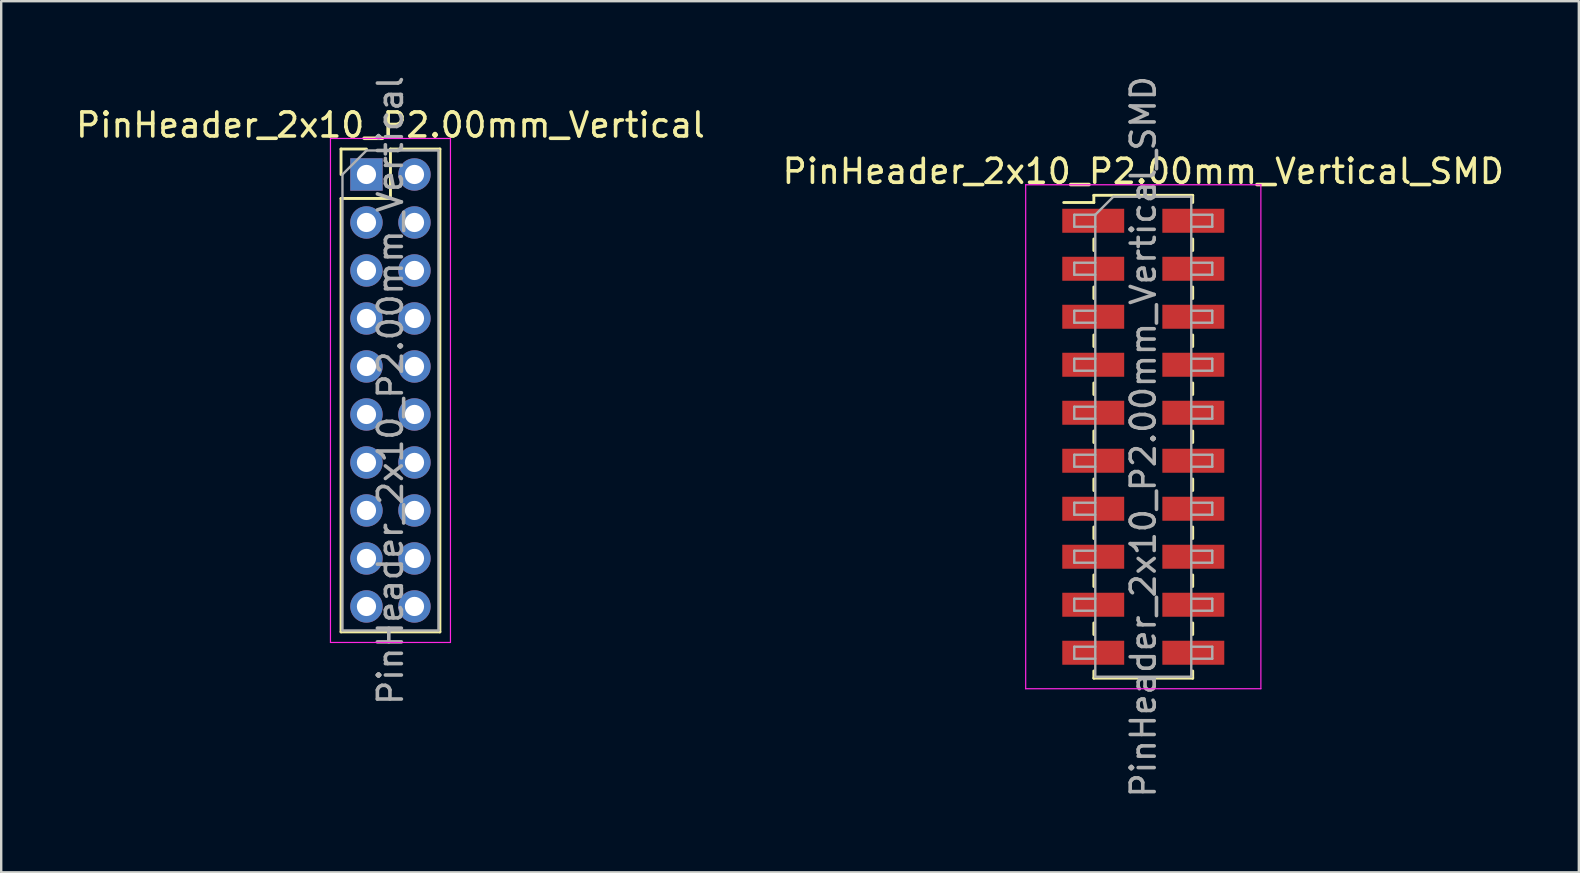
<source format=kicad_pcb>
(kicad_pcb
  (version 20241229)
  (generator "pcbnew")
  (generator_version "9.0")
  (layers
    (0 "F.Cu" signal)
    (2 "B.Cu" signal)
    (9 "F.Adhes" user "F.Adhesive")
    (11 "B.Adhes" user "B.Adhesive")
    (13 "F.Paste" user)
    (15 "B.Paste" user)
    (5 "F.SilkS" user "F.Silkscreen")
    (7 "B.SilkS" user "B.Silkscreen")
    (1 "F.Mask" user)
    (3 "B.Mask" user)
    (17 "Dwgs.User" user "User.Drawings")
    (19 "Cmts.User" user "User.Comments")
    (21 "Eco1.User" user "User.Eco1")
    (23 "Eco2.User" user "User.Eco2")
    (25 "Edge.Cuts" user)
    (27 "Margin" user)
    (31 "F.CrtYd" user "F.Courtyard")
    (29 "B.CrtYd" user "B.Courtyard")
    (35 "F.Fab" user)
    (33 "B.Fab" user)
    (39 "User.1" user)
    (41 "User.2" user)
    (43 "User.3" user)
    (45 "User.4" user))
  (footprint "PinHeader_2x10_P2.00mm_Vertical_SMD"
    (layer "F.Cu")
    (at 44.589 15.149)
    (property "Reference" "PinHeader_2x10_P2.00mm_Vertical_SMD" (at 0 -11.06 0) (layer "F.SilkS") (effects (font (size 1 1) (thickness 0.15))))
    (attr smd)
    (fp_line (start -3.315 -9.76) (end -2.06 -9.76) (stroke (width 0.12) (type solid)) (layer "F.SilkS"))
    (fp_line (start -2.06 -10.06) (end -2.06 -9.76) (stroke (width 0.12) (type solid)) (layer "F.SilkS"))
    (fp_line (start -2.06 -10.06) (end 2.06 -10.06) (stroke (width 0.12) (type solid)) (layer "F.SilkS"))
    (fp_line (start -2.06 -8.24) (end -2.06 -7.76) (stroke (width 0.12) (type solid)) (layer "F.SilkS"))
    (fp_line (start -2.06 -6.24) (end -2.06 -5.76) (stroke (width 0.12) (type solid)) (layer "F.SilkS"))
    (fp_line (start -2.06 -4.24) (end -2.06 -3.76) (stroke (width 0.12) (type solid)) (layer "F.SilkS"))
    (fp_line (start -2.06 -2.24) (end -2.06 -1.76) (stroke (width 0.12) (type solid)) (layer "F.SilkS"))
    (fp_line (start -2.06 -0.24) (end -2.06 0.24) (stroke (width 0.12) (type solid)) (layer "F.SilkS"))
    (fp_line (start -2.06 1.76) (end -2.06 2.24) (stroke (width 0.12) (type solid)) (layer "F.SilkS"))
    (fp_line (start -2.06 3.76) (end -2.06 4.24) (stroke (width 0.12) (type solid)) (layer "F.SilkS"))
    (fp_line (start -2.06 5.76) (end -2.06 6.24) (stroke (width 0.12) (type solid)) (layer "F.SilkS"))
    (fp_line (start -2.06 7.76) (end -2.06 8.24) (stroke (width 0.12) (type solid)) (layer "F.SilkS"))
    (fp_line (start -2.06 9.76) (end -2.06 10.06) (stroke (width 0.12) (type solid)) (layer "F.SilkS"))
    (fp_line (start -2.06 10.06) (end 2.06 10.06) (stroke (width 0.12) (type solid)) (layer "F.SilkS"))
    (fp_line (start 2.06 -10.06) (end 2.06 -9.76) (stroke (width 0.12) (type solid)) (layer "F.SilkS"))
    (fp_line (start 2.06 -8.24) (end 2.06 -7.76) (stroke (width 0.12) (type solid)) (layer "F.SilkS"))
    (fp_line (start 2.06 -6.24) (end 2.06 -5.76) (stroke (width 0.12) (type solid)) (layer "F.SilkS"))
    (fp_line (start 2.06 -4.24) (end 2.06 -3.76) (stroke (width 0.12) (type solid)) (layer "F.SilkS"))
    (fp_line (start 2.06 -2.24) (end 2.06 -1.76) (stroke (width 0.12) (type solid)) (layer "F.SilkS"))
    (fp_line (start 2.06 -0.24) (end 2.06 0.24) (stroke (width 0.12) (type solid)) (layer "F.SilkS"))
    (fp_line (start 2.06 1.76) (end 2.06 2.24) (stroke (width 0.12) (type solid)) (layer "F.SilkS"))
    (fp_line (start 2.06 3.76) (end 2.06 4.24) (stroke (width 0.12) (type solid)) (layer "F.SilkS"))
    (fp_line (start 2.06 5.76) (end 2.06 6.24) (stroke (width 0.12) (type solid)) (layer "F.SilkS"))
    (fp_line (start 2.06 7.76) (end 2.06 8.24) (stroke (width 0.12) (type solid)) (layer "F.SilkS"))
    (fp_line (start 2.06 9.76) (end 2.06 10.06) (stroke (width 0.12) (type solid)) (layer "F.SilkS"))
    (fp_line (start -4.9 -10.5) (end -4.9 10.5) (stroke (width 0.05) (type solid)) (layer "F.CrtYd"))
    (fp_line (start -4.9 10.5) (end 4.9 10.5) (stroke (width 0.05) (type solid)) (layer "F.CrtYd"))
    (fp_line (start 4.9 -10.5) (end -4.9 -10.5) (stroke (width 0.05) (type solid)) (layer "F.CrtYd"))
    (fp_line (start 4.9 10.5) (end 4.9 -10.5) (stroke (width 0.05) (type solid)) (layer "F.CrtYd"))
    (fp_line (start -2.875 -9.25) (end -2.875 -8.75) (stroke (width 0.1) (type solid)) (layer "F.Fab"))
    (fp_line (start -2.875 -8.75) (end -2 -8.75) (stroke (width 0.1) (type solid)) (layer "F.Fab"))
    (fp_line (start -2.875 -7.25) (end -2.875 -6.75) (stroke (width 0.1) (type solid)) (layer "F.Fab"))
    (fp_line (start -2.875 -6.75) (end -2 -6.75) (stroke (width 0.1) (type solid)) (layer "F.Fab"))
    (fp_line (start -2.875 -5.25) (end -2.875 -4.75) (stroke (width 0.1) (type solid)) (layer "F.Fab"))
    (fp_line (start -2.875 -4.75) (end -2 -4.75) (stroke (width 0.1) (type solid)) (layer "F.Fab"))
    (fp_line (start -2.875 -3.25) (end -2.875 -2.75) (stroke (width 0.1) (type solid)) (layer "F.Fab"))
    (fp_line (start -2.875 -2.75) (end -2 -2.75) (stroke (width 0.1) (type solid)) (layer "F.Fab"))
    (fp_line (start -2.875 -1.25) (end -2.875 -0.75) (stroke (width 0.1) (type solid)) (layer "F.Fab"))
    (fp_line (start -2.875 -0.75) (end -2 -0.75) (stroke (width 0.1) (type solid)) (layer "F.Fab"))
    (fp_line (start -2.875 0.75) (end -2.875 1.25) (stroke (width 0.1) (type solid)) (layer "F.Fab"))
    (fp_line (start -2.875 1.25) (end -2 1.25) (stroke (width 0.1) (type solid)) (layer "F.Fab"))
    (fp_line (start -2.875 2.75) (end -2.875 3.25) (stroke (width 0.1) (type solid)) (layer "F.Fab"))
    (fp_line (start -2.875 3.25) (end -2 3.25) (stroke (width 0.1) (type solid)) (layer "F.Fab"))
    (fp_line (start -2.875 4.75) (end -2.875 5.25) (stroke (width 0.1) (type solid)) (layer "F.Fab"))
    (fp_line (start -2.875 5.25) (end -2 5.25) (stroke (width 0.1) (type solid)) (layer "F.Fab"))
    (fp_line (start -2.875 6.75) (end -2.875 7.25) (stroke (width 0.1) (type solid)) (layer "F.Fab"))
    (fp_line (start -2.875 7.25) (end -2 7.25) (stroke (width 0.1) (type solid)) (layer "F.Fab"))
    (fp_line (start -2.875 8.75) (end -2.875 9.25) (stroke (width 0.1) (type solid)) (layer "F.Fab"))
    (fp_line (start -2.875 9.25) (end -2 9.25) (stroke (width 0.1) (type solid)) (layer "F.Fab"))
    (fp_line (start -2 -9.25) (end -2.875 -9.25) (stroke (width 0.1) (type solid)) (layer "F.Fab"))
    (fp_line (start -2 -9.25) (end -1.25 -10) (stroke (width 0.1) (type solid)) (layer "F.Fab"))
    (fp_line (start -2 -7.25) (end -2.875 -7.25) (stroke (width 0.1) (type solid)) (layer "F.Fab"))
    (fp_line (start -2 -5.25) (end -2.875 -5.25) (stroke (width 0.1) (type solid)) (layer "F.Fab"))
    (fp_line (start -2 -3.25) (end -2.875 -3.25) (stroke (width 0.1) (type solid)) (layer "F.Fab"))
    (fp_line (start -2 -1.25) (end -2.875 -1.25) (stroke (width 0.1) (type solid)) (layer "F.Fab"))
    (fp_line (start -2 0.75) (end -2.875 0.75) (stroke (width 0.1) (type solid)) (layer "F.Fab"))
    (fp_line (start -2 2.75) (end -2.875 2.75) (stroke (width 0.1) (type solid)) (layer "F.Fab"))
    (fp_line (start -2 4.75) (end -2.875 4.75) (stroke (width 0.1) (type solid)) (layer "F.Fab"))
    (fp_line (start -2 6.75) (end -2.875 6.75) (stroke (width 0.1) (type solid)) (layer "F.Fab"))
    (fp_line (start -2 8.75) (end -2.875 8.75) (stroke (width 0.1) (type solid)) (layer "F.Fab"))
    (fp_line (start -2 10) (end -2 -9.25) (stroke (width 0.1) (type solid)) (layer "F.Fab"))
    (fp_line (start -1.25 -10) (end 2 -10) (stroke (width 0.1) (type solid)) (layer "F.Fab"))
    (fp_line (start 2 -10) (end 2 10) (stroke (width 0.1) (type solid)) (layer "F.Fab"))
    (fp_line (start 2 -9.25) (end 2.875 -9.25) (stroke (width 0.1) (type solid)) (layer "F.Fab"))
    (fp_line (start 2 -7.25) (end 2.875 -7.25) (stroke (width 0.1) (type solid)) (layer "F.Fab"))
    (fp_line (start 2 -5.25) (end 2.875 -5.25) (stroke (width 0.1) (type solid)) (layer "F.Fab"))
    (fp_line (start 2 -3.25) (end 2.875 -3.25) (stroke (width 0.1) (type solid)) (layer "F.Fab"))
    (fp_line (start 2 -1.25) (end 2.875 -1.25) (stroke (width 0.1) (type solid)) (layer "F.Fab"))
    (fp_line (start 2 0.75) (end 2.875 0.75) (stroke (width 0.1) (type solid)) (layer "F.Fab"))
    (fp_line (start 2 2.75) (end 2.875 2.75) (stroke (width 0.1) (type solid)) (layer "F.Fab"))
    (fp_line (start 2 4.75) (end 2.875 4.75) (stroke (width 0.1) (type solid)) (layer "F.Fab"))
    (fp_line (start 2 6.75) (end 2.875 6.75) (stroke (width 0.1) (type solid)) (layer "F.Fab"))
    (fp_line (start 2 8.75) (end 2.875 8.75) (stroke (width 0.1) (type solid)) (layer "F.Fab"))
    (fp_line (start 2 10) (end -2 10) (stroke (width 0.1) (type solid)) (layer "F.Fab"))
    (fp_line (start 2.875 -9.25) (end 2.875 -8.75) (stroke (width 0.1) (type solid)) (layer "F.Fab"))
    (fp_line (start 2.875 -8.75) (end 2 -8.75) (stroke (width 0.1) (type solid)) (layer "F.Fab"))
    (fp_line (start 2.875 -7.25) (end 2.875 -6.75) (stroke (width 0.1) (type solid)) (layer "F.Fab"))
    (fp_line (start 2.875 -6.75) (end 2 -6.75) (stroke (width 0.1) (type solid)) (layer "F.Fab"))
    (fp_line (start 2.875 -5.25) (end 2.875 -4.75) (stroke (width 0.1) (type solid)) (layer "F.Fab"))
    (fp_line (start 2.875 -4.75) (end 2 -4.75) (stroke (width 0.1) (type solid)) (layer "F.Fab"))
    (fp_line (start 2.875 -3.25) (end 2.875 -2.75) (stroke (width 0.1) (type solid)) (layer "F.Fab"))
    (fp_line (start 2.875 -2.75) (end 2 -2.75) (stroke (width 0.1) (type solid)) (layer "F.Fab"))
    (fp_line (start 2.875 -1.25) (end 2.875 -0.75) (stroke (width 0.1) (type solid)) (layer "F.Fab"))
    (fp_line (start 2.875 -0.75) (end 2 -0.75) (stroke (width 0.1) (type solid)) (layer "F.Fab"))
    (fp_line (start 2.875 0.75) (end 2.875 1.25) (stroke (width 0.1) (type solid)) (layer "F.Fab"))
    (fp_line (start 2.875 1.25) (end 2 1.25) (stroke (width 0.1) (type solid)) (layer "F.Fab"))
    (fp_line (start 2.875 2.75) (end 2.875 3.25) (stroke (width 0.1) (type solid)) (layer "F.Fab"))
    (fp_line (start 2.875 3.25) (end 2 3.25) (stroke (width 0.1) (type solid)) (layer "F.Fab"))
    (fp_line (start 2.875 4.75) (end 2.875 5.25) (stroke (width 0.1) (type solid)) (layer "F.Fab"))
    (fp_line (start 2.875 5.25) (end 2 5.25) (stroke (width 0.1) (type solid)) (layer "F.Fab"))
    (fp_line (start 2.875 6.75) (end 2.875 7.25) (stroke (width 0.1) (type solid)) (layer "F.Fab"))
    (fp_line (start 2.875 7.25) (end 2 7.25) (stroke (width 0.1) (type solid)) (layer "F.Fab"))
    (fp_line (start 2.875 8.75) (end 2.875 9.25) (stroke (width 0.1) (type solid)) (layer "F.Fab"))
    (fp_line (start 2.875 9.25) (end 2 9.25) (stroke (width 0.1) (type solid)) (layer "F.Fab"))
    (fp_text user "${REFERENCE}" (at 0 0 90) (layer "F.Fab") (effects (font (size 1 1) (thickness 0.15))))
    (pad "1" smd rect (at -2.085 -9) (size 2.58 1) (layers "F.Cu" "F.Mask" "F.Paste"))
    (pad "2" smd rect (at 2.085 -9) (size 2.58 1) (layers "F.Cu" "F.Mask" "F.Paste"))
    (pad "3" smd rect (at -2.085 -7) (size 2.58 1) (layers "F.Cu" "F.Mask" "F.Paste"))
    (pad "4" smd rect (at 2.085 -7) (size 2.58 1) (layers "F.Cu" "F.Mask" "F.Paste"))
    (pad "5" smd rect (at -2.085 -5) (size 2.58 1) (layers "F.Cu" "F.Mask" "F.Paste"))
    (pad "6" smd rect (at 2.085 -5) (size 2.58 1) (layers "F.Cu" "F.Mask" "F.Paste"))
    (pad "7" smd rect (at -2.085 -3) (size 2.58 1) (layers "F.Cu" "F.Mask" "F.Paste"))
    (pad "8" smd rect (at 2.085 -3) (size 2.58 1) (layers "F.Cu" "F.Mask" "F.Paste"))
    (pad "9" smd rect (at -2.085 -1) (size 2.58 1) (layers "F.Cu" "F.Mask" "F.Paste"))
    (pad "10" smd rect (at 2.085 -1) (size 2.58 1) (layers "F.Cu" "F.Mask" "F.Paste"))
    (pad "11" smd rect (at -2.085 1) (size 2.58 1) (layers "F.Cu" "F.Mask" "F.Paste"))
    (pad "12" smd rect (at 2.085 1) (size 2.58 1) (layers "F.Cu" "F.Mask" "F.Paste"))
    (pad "13" smd rect (at -2.085 3) (size 2.58 1) (layers "F.Cu" "F.Mask" "F.Paste"))
    (pad "14" smd rect (at 2.085 3) (size 2.58 1) (layers "F.Cu" "F.Mask" "F.Paste"))
    (pad "15" smd rect (at -2.085 5) (size 2.58 1) (layers "F.Cu" "F.Mask" "F.Paste"))
    (pad "16" smd rect (at 2.085 5) (size 2.58 1) (layers "F.Cu" "F.Mask" "F.Paste"))
    (pad "17" smd rect (at -2.085 7) (size 2.58 1) (layers "F.Cu" "F.Mask" "F.Paste"))
    (pad "18" smd rect (at 2.085 7) (size 2.58 1) (layers "F.Cu" "F.Mask" "F.Paste"))
    (pad "19" smd rect (at -2.085 9) (size 2.58 1) (layers "F.Cu" "F.Mask" "F.Paste"))
    (pad "20" smd rect (at 2.085 9) (size 2.58 1) (layers "F.Cu" "F.Mask" "F.Paste")))
  (footprint "PinHeader_2x10_P2.00mm_Vertical"
    (layer "F.Cu")
    (at 12.22 4.22)
    (property "Reference" "PinHeader_2x10_P2.00mm_Vertical" (at 1 -2.06 0) (layer "F.SilkS") (effects (font (size 1 1) (thickness 0.15))))
    (attr through_hole)
    (fp_line (start -1.06 -1.06) (end 0 -1.06) (stroke (width 0.12) (type solid)) (layer "F.SilkS"))
    (fp_line (start -1.06 0) (end -1.06 -1.06) (stroke (width 0.12) (type solid)) (layer "F.SilkS"))
    (fp_line (start -1.06 1) (end -1.06 19.06) (stroke (width 0.12) (type solid)) (layer "F.SilkS"))
    (fp_line (start -1.06 1) (end 1 1) (stroke (width 0.12) (type solid)) (layer "F.SilkS"))
    (fp_line (start -1.06 19.06) (end 3.06 19.06) (stroke (width 0.12) (type solid)) (layer "F.SilkS"))
    (fp_line (start 1 -1.06) (end 3.06 -1.06) (stroke (width 0.12) (type solid)) (layer "F.SilkS"))
    (fp_line (start 1 1) (end 1 -1.06) (stroke (width 0.12) (type solid)) (layer "F.SilkS"))
    (fp_line (start 3.06 -1.06) (end 3.06 19.06) (stroke (width 0.12) (type solid)) (layer "F.SilkS"))
    (fp_line (start -1.5 -1.5) (end -1.5 19.5) (stroke (width 0.05) (type solid)) (layer "F.CrtYd"))
    (fp_line (start -1.5 19.5) (end 3.5 19.5) (stroke (width 0.05) (type solid)) (layer "F.CrtYd"))
    (fp_line (start 3.5 -1.5) (end -1.5 -1.5) (stroke (width 0.05) (type solid)) (layer "F.CrtYd"))
    (fp_line (start 3.5 19.5) (end 3.5 -1.5) (stroke (width 0.05) (type solid)) (layer "F.CrtYd"))
    (fp_line (start -1 0) (end 0 -1) (stroke (width 0.1) (type solid)) (layer "F.Fab"))
    (fp_line (start -1 19) (end -1 0) (stroke (width 0.1) (type solid)) (layer "F.Fab"))
    (fp_line (start 0 -1) (end 3 -1) (stroke (width 0.1) (type solid)) (layer "F.Fab"))
    (fp_line (start 3 -1) (end 3 19) (stroke (width 0.1) (type solid)) (layer "F.Fab"))
    (fp_line (start 3 19) (end -1 19) (stroke (width 0.1) (type solid)) (layer "F.Fab"))
    (fp_text user "${REFERENCE}" (at 1 9 90) (layer "F.Fab") (effects (font (size 1 1) (thickness 0.15))))
    (pad "1" thru_hole rect (at 0 0) (size 1.35 1.35) (drill 0.8) (layers "*.Cu" "*.Mask"))
    (pad "2" thru_hole oval (at 2 0) (size 1.35 1.35) (drill 0.8) (layers "*.Cu" "*.Mask"))
    (pad "3" thru_hole oval (at 0 2) (size 1.35 1.35) (drill 0.8) (layers "*.Cu" "*.Mask"))
    (pad "4" thru_hole oval (at 2 2) (size 1.35 1.35) (drill 0.8) (layers "*.Cu" "*.Mask"))
    (pad "5" thru_hole oval (at 0 4) (size 1.35 1.35) (drill 0.8) (layers "*.Cu" "*.Mask"))
    (pad "6" thru_hole oval (at 2 4) (size 1.35 1.35) (drill 0.8) (layers "*.Cu" "*.Mask"))
    (pad "7" thru_hole oval (at 0 6) (size 1.35 1.35) (drill 0.8) (layers "*.Cu" "*.Mask"))
    (pad "8" thru_hole oval (at 2 6) (size 1.35 1.35) (drill 0.8) (layers "*.Cu" "*.Mask"))
    (pad "9" thru_hole oval (at 0 8) (size 1.35 1.35) (drill 0.8) (layers "*.Cu" "*.Mask"))
    (pad "10" thru_hole oval (at 2 8) (size 1.35 1.35) (drill 0.8) (layers "*.Cu" "*.Mask"))
    (pad "11" thru_hole oval (at 0 10) (size 1.35 1.35) (drill 0.8) (layers "*.Cu" "*.Mask"))
    (pad "12" thru_hole oval (at 2 10) (size 1.35 1.35) (drill 0.8) (layers "*.Cu" "*.Mask"))
    (pad "13" thru_hole oval (at 0 12) (size 1.35 1.35) (drill 0.8) (layers "*.Cu" "*.Mask"))
    (pad "14" thru_hole oval (at 2 12) (size 1.35 1.35) (drill 0.8) (layers "*.Cu" "*.Mask"))
    (pad "15" thru_hole oval (at 0 14) (size 1.35 1.35) (drill 0.8) (layers "*.Cu" "*.Mask"))
    (pad "16" thru_hole oval (at 2 14) (size 1.35 1.35) (drill 0.8) (layers "*.Cu" "*.Mask"))
    (pad "17" thru_hole oval (at 0 16) (size 1.35 1.35) (drill 0.8) (layers "*.Cu" "*.Mask"))
    (pad "18" thru_hole oval (at 2 16) (size 1.35 1.35) (drill 0.8) (layers "*.Cu" "*.Mask"))
    (pad "19" thru_hole oval (at 0 18) (size 1.35 1.35) (drill 0.8) (layers "*.Cu" "*.Mask"))
    (pad "20" thru_hole oval (at 2 18) (size 1.35 1.35) (drill 0.8) (layers "*.Cu" "*.Mask")))
  (gr_rect
    (start -3 -3)
    (end 62.738 33.298)
    (stroke (width 0.1) (type default))
    (fill no)
    (layer "Edge.Cuts")))
</source>
